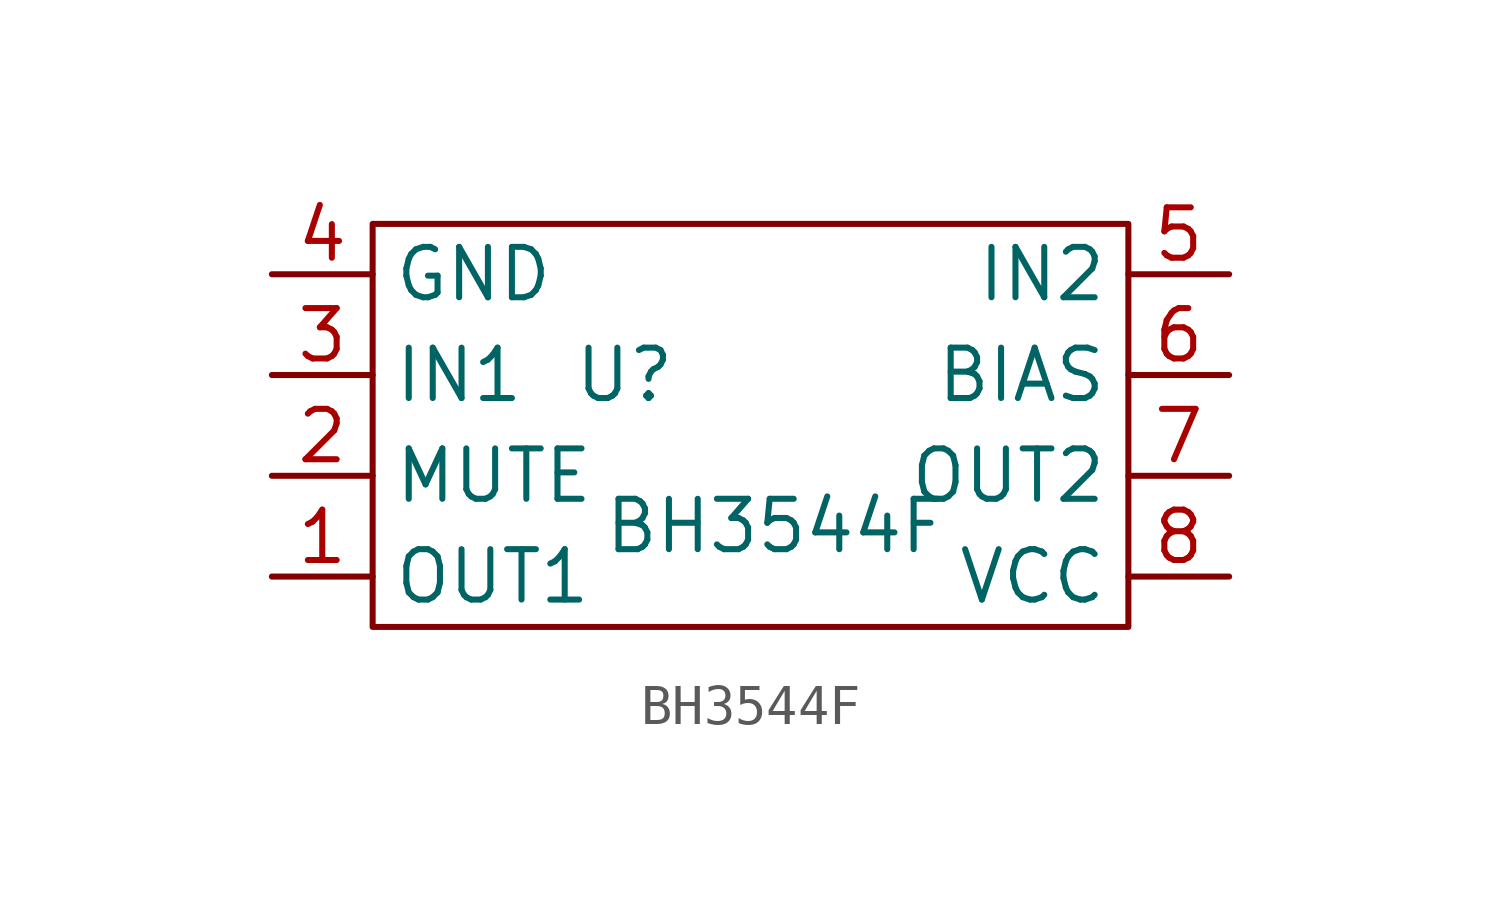
<source format=kicad_sym>
(kicad_symbol_lib
  (version 20211014)
  (generator kicad_symbol_editor)
  (symbol "BH3544F"
    (property "Reference" "U"
      (at -2.54 -3.81 0)
      (effects (font (size 1.27 1.27))))
    (property "Value" "BH3544F"
      (at 1.27 -7.62 0)
      (effects (font (size 1.27 1.27))))
    (symbol "BH3544F_0_1"
      (rectangle (start -8.89 0) (end 10.16 -10.16) (stroke (width 0.152) (type default) (color 0 0 0 0)) (fill (type none))))
    (symbol "BH3544F_1_1"
      (pin output line (at -11.43 -8.89 0) (length 2.54) (name "OUT1" (effects (font (size 1.27 1.27)))) (number "1" (effects (font (size 1.27 1.27)))))
      (pin input line (at -11.43 -6.35 0) (length 2.54) (name "MUTE" (effects (font (size 1.27 1.27)))) (number "2" (effects (font (size 1.27 1.27)))))
      (pin input line (at -11.43 -3.81 0) (length 2.54) (name "IN1" (effects (font (size 1.27 1.27)))) (number "3" (effects (font (size 1.27 1.27)))))
      (pin power_in line (at -11.43 -1.27 0) (length 2.54) (name "GND" (effects (font (size 1.27 1.27)))) (number "4" (effects (font (size 1.27 1.27)))))
      (pin input line (at 12.7 -1.27 180) (length 2.54) (name "IN2" (effects (font (size 1.27 1.27)))) (number "5" (effects (font (size 1.27 1.27)))))
      (pin input line (at 12.7 -3.81 180) (length 2.54) (name "BIAS" (effects (font (size 1.27 1.27)))) (number "6" (effects (font (size 1.27 1.27)))))
      (pin output line (at 12.7 -6.35 180) (length 2.54) (name "OUT2" (effects (font (size 1.27 1.27)))) (number "7" (effects (font (size 1.27 1.27)))))
      (pin power_in line (at 12.7 -8.89 180) (length 2.54) (name "VCC" (effects (font (size 1.27 1.27)))) (number "8" (effects (font (size 1.27 1.27))))))))
</source>
